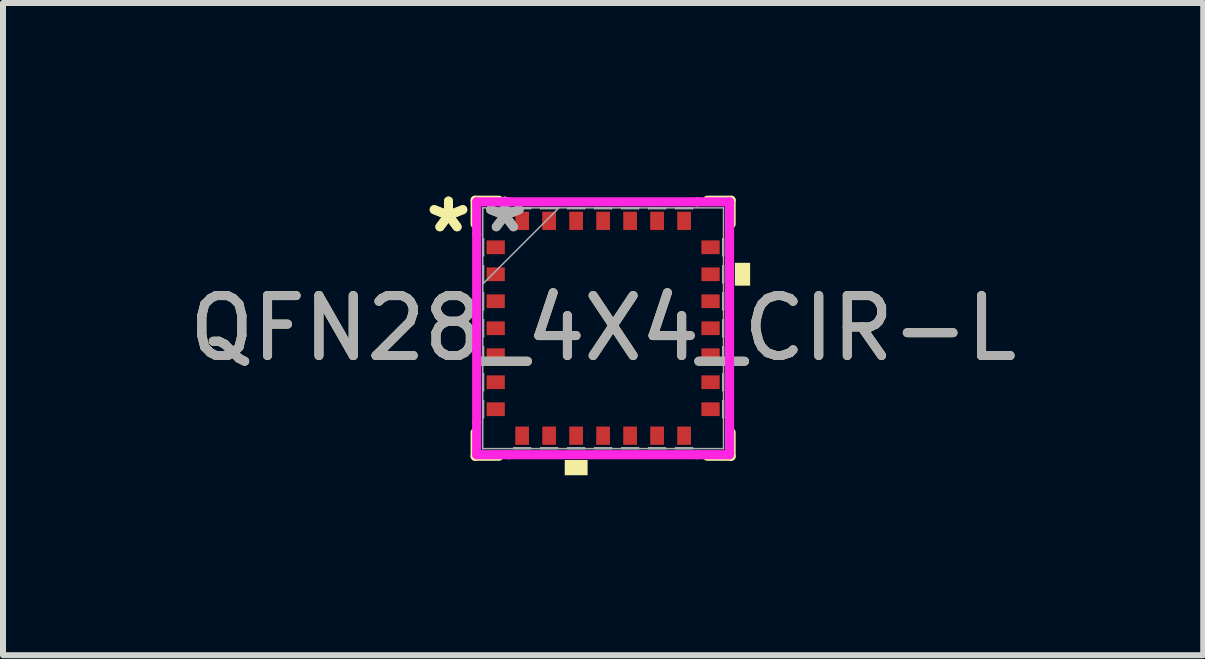
<source format=kicad_pcb>
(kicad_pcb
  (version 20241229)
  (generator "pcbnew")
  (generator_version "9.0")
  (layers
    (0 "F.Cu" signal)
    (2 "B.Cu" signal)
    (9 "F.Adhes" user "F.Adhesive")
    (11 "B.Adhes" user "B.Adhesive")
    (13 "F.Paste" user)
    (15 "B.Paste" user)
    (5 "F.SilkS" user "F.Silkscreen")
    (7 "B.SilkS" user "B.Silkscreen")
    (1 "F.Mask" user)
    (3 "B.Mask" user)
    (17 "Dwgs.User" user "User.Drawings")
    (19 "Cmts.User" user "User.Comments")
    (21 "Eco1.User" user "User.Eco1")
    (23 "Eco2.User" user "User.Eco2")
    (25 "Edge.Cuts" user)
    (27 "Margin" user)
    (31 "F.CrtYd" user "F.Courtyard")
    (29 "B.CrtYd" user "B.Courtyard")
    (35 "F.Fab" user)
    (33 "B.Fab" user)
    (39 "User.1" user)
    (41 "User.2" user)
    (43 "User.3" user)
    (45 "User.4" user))
  (footprint "QFN28_4X4_CIR-L"
    (layer "F.Cu")
    (at 7.006 2.423)
    (property "Reference" "QFN28_4X4_CIR-L" (at 0 0 0) (unlocked yes) (layer "F.SilkS") (effects (font (size 1 1) (thickness 0.15))))
    (attr smd)
    (fp_line (start -2.134 -2.134) (end -2.134 -1.737) (stroke (width 0.152) (type solid)) (layer "F.SilkS"))
    (fp_line (start -2.134 1.737) (end -2.134 2.134) (stroke (width 0.152) (type solid)) (layer "F.SilkS"))
    (fp_line (start -2.134 2.134) (end -1.737 2.134) (stroke (width 0.152) (type solid)) (layer "F.SilkS"))
    (fp_line (start -1.737 -2.134) (end -2.134 -2.134) (stroke (width 0.152) (type solid)) (layer "F.SilkS"))
    (fp_line (start 1.737 2.134) (end 2.134 2.134) (stroke (width 0.152) (type solid)) (layer "F.SilkS"))
    (fp_line (start 2.134 -2.134) (end 1.737 -2.134) (stroke (width 0.152) (type solid)) (layer "F.SilkS"))
    (fp_line (start 2.134 -1.737) (end 2.134 -2.134) (stroke (width 0.152) (type solid)) (layer "F.SilkS"))
    (fp_line (start 2.134 2.134) (end 2.134 1.737) (stroke (width 0.152) (type solid)) (layer "F.SilkS"))
    (fp_poly (pts (xy -0.64 2.197) (xy -0.64 2.451) (xy -0.259 2.451) (xy -0.259 2.197)) (stroke (width 0) (type solid)) (fill yes) (layer "F.SilkS"))
    (fp_poly (pts (xy 2.451 -1.091) (xy 2.451 -0.71) (xy 2.197 -0.71) (xy 2.197 -1.091)) (stroke (width 0) (type solid)) (fill yes) (layer "F.SilkS"))
    (fp_line (start -2.108 -2.108) (end -1.566 -2.108) (stroke (width 0.152) (type solid)) (layer "F.CrtYd"))
    (fp_line (start -2.108 -1.566) (end -2.108 -2.108) (stroke (width 0.152) (type solid)) (layer "F.CrtYd"))
    (fp_line (start -2.108 -1.566) (end -2.108 -1.566) (stroke (width 0.152) (type solid)) (layer "F.CrtYd"))
    (fp_line (start -2.108 1.566) (end -2.108 -1.566) (stroke (width 0.152) (type solid)) (layer "F.CrtYd"))
    (fp_line (start -2.108 1.566) (end -2.108 1.566) (stroke (width 0.152) (type solid)) (layer "F.CrtYd"))
    (fp_line (start -2.108 2.108) (end -2.108 1.566) (stroke (width 0.152) (type solid)) (layer "F.CrtYd"))
    (fp_line (start -1.566 -2.108) (end -1.566 -2.108) (stroke (width 0.152) (type solid)) (layer "F.CrtYd"))
    (fp_line (start -1.566 -2.108) (end 1.566 -2.108) (stroke (width 0.152) (type solid)) (layer "F.CrtYd"))
    (fp_line (start -1.566 2.108) (end -2.108 2.108) (stroke (width 0.152) (type solid)) (layer "F.CrtYd"))
    (fp_line (start -1.566 2.108) (end -1.566 2.108) (stroke (width 0.152) (type solid)) (layer "F.CrtYd"))
    (fp_line (start 1.566 -2.108) (end 1.566 -2.108) (stroke (width 0.152) (type solid)) (layer "F.CrtYd"))
    (fp_line (start 1.566 -2.108) (end 2.108 -2.108) (stroke (width 0.152) (type solid)) (layer "F.CrtYd"))
    (fp_line (start 1.566 2.108) (end -1.566 2.108) (stroke (width 0.152) (type solid)) (layer "F.CrtYd"))
    (fp_line (start 1.566 2.108) (end 1.566 2.108) (stroke (width 0.152) (type solid)) (layer "F.CrtYd"))
    (fp_line (start 2.108 -2.108) (end 2.108 -1.566) (stroke (width 0.152) (type solid)) (layer "F.CrtYd"))
    (fp_line (start 2.108 -1.566) (end 2.108 -1.566) (stroke (width 0.152) (type solid)) (layer "F.CrtYd"))
    (fp_line (start 2.108 -1.566) (end 2.108 1.566) (stroke (width 0.152) (type solid)) (layer "F.CrtYd"))
    (fp_line (start 2.108 1.566) (end 2.108 1.566) (stroke (width 0.152) (type solid)) (layer "F.CrtYd"))
    (fp_line (start 2.108 1.566) (end 2.108 2.108) (stroke (width 0.152) (type solid)) (layer "F.CrtYd"))
    (fp_line (start 2.108 2.108) (end 1.566 2.108) (stroke (width 0.152) (type solid)) (layer "F.CrtYd"))
    (fp_line (start -2.007 -2.007) (end -2.007 -2.007) (stroke (width 0.025) (type solid)) (layer "F.Fab"))
    (fp_line (start -2.007 -2.007) (end -2.007 2.007) (stroke (width 0.025) (type solid)) (layer "F.Fab"))
    (fp_line (start -2.007 -1.49) (end -1.994 -1.49) (stroke (width 0.025) (type solid)) (layer "F.Fab"))
    (fp_line (start -2.007 -1.21) (end -2.007 -1.49) (stroke (width 0.025) (type solid)) (layer "F.Fab"))
    (fp_line (start -2.007 -1.04) (end -1.994 -1.04) (stroke (width 0.025) (type solid)) (layer "F.Fab"))
    (fp_line (start -2.007 -0.76) (end -2.007 -1.04) (stroke (width 0.025) (type solid)) (layer "F.Fab"))
    (fp_line (start -2.007 -0.737) (end -0.737 -2.007) (stroke (width 0.025) (type solid)) (layer "F.Fab"))
    (fp_line (start -2.007 -0.59) (end -1.994 -0.59) (stroke (width 0.025) (type solid)) (layer "F.Fab"))
    (fp_line (start -2.007 -0.31) (end -2.007 -0.59) (stroke (width 0.025) (type solid)) (layer "F.Fab"))
    (fp_line (start -2.007 -0.14) (end -1.994 -0.14) (stroke (width 0.025) (type solid)) (layer "F.Fab"))
    (fp_line (start -2.007 0.14) (end -2.007 -0.14) (stroke (width 0.025) (type solid)) (layer "F.Fab"))
    (fp_line (start -2.007 0.31) (end -1.994 0.31) (stroke (width 0.025) (type solid)) (layer "F.Fab"))
    (fp_line (start -2.007 0.59) (end -2.007 0.31) (stroke (width 0.025) (type solid)) (layer "F.Fab"))
    (fp_line (start -2.007 0.76) (end -1.994 0.76) (stroke (width 0.025) (type solid)) (layer "F.Fab"))
    (fp_line (start -2.007 1.04) (end -2.007 0.76) (stroke (width 0.025) (type solid)) (layer "F.Fab"))
    (fp_line (start -2.007 1.21) (end -1.994 1.21) (stroke (width 0.025) (type solid)) (layer "F.Fab"))
    (fp_line (start -2.007 1.49) (end -2.007 1.21) (stroke (width 0.025) (type solid)) (layer "F.Fab"))
    (fp_line (start -2.007 2.007) (end -2.007 2.007) (stroke (width 0.025) (type solid)) (layer "F.Fab"))
    (fp_line (start -2.007 2.007) (end 2.007 2.007) (stroke (width 0.025) (type solid)) (layer "F.Fab"))
    (fp_line (start -1.994 -1.49) (end -1.994 -1.21) (stroke (width 0.025) (type solid)) (layer "F.Fab"))
    (fp_line (start -1.994 -1.21) (end -2.007 -1.21) (stroke (width 0.025) (type solid)) (layer "F.Fab"))
    (fp_line (start -1.994 -1.04) (end -1.994 -0.76) (stroke (width 0.025) (type solid)) (layer "F.Fab"))
    (fp_line (start -1.994 -0.76) (end -2.007 -0.76) (stroke (width 0.025) (type solid)) (layer "F.Fab"))
    (fp_line (start -1.994 -0.59) (end -1.994 -0.31) (stroke (width 0.025) (type solid)) (layer "F.Fab"))
    (fp_line (start -1.994 -0.31) (end -2.007 -0.31) (stroke (width 0.025) (type solid)) (layer "F.Fab"))
    (fp_line (start -1.994 -0.14) (end -1.994 0.14) (stroke (width 0.025) (type solid)) (layer "F.Fab"))
    (fp_line (start -1.994 0.14) (end -2.007 0.14) (stroke (width 0.025) (type solid)) (layer "F.Fab"))
    (fp_line (start -1.994 0.31) (end -1.994 0.59) (stroke (width 0.025) (type solid)) (layer "F.Fab"))
    (fp_line (start -1.994 0.59) (end -2.007 0.59) (stroke (width 0.025) (type solid)) (layer "F.Fab"))
    (fp_line (start -1.994 0.76) (end -1.994 1.04) (stroke (width 0.025) (type solid)) (layer "F.Fab"))
    (fp_line (start -1.994 1.04) (end -2.007 1.04) (stroke (width 0.025) (type solid)) (layer "F.Fab"))
    (fp_line (start -1.994 1.21) (end -1.994 1.49) (stroke (width 0.025) (type solid)) (layer "F.Fab"))
    (fp_line (start -1.994 1.49) (end -2.007 1.49) (stroke (width 0.025) (type solid)) (layer "F.Fab"))
    (fp_line (start -1.49 -2.007) (end -1.21 -2.007) (stroke (width 0.025) (type solid)) (layer "F.Fab"))
    (fp_line (start -1.49 -1.994) (end -1.49 -2.007) (stroke (width 0.025) (type solid)) (layer "F.Fab"))
    (fp_line (start -1.49 1.994) (end -1.21 1.994) (stroke (width 0.025) (type solid)) (layer "F.Fab"))
    (fp_line (start -1.49 2.007) (end -1.49 1.994) (stroke (width 0.025) (type solid)) (layer "F.Fab"))
    (fp_line (start -1.21 -2.007) (end -1.21 -1.994) (stroke (width 0.025) (type solid)) (layer "F.Fab"))
    (fp_line (start -1.21 -1.994) (end -1.49 -1.994) (stroke (width 0.025) (type solid)) (layer "F.Fab"))
    (fp_line (start -1.21 1.994) (end -1.21 2.007) (stroke (width 0.025) (type solid)) (layer "F.Fab"))
    (fp_line (start -1.21 2.007) (end -1.49 2.007) (stroke (width 0.025) (type solid)) (layer "F.Fab"))
    (fp_line (start -1.04 -2.007) (end -0.76 -2.007) (stroke (width 0.025) (type solid)) (layer "F.Fab"))
    (fp_line (start -1.04 -1.994) (end -1.04 -2.007) (stroke (width 0.025) (type solid)) (layer "F.Fab"))
    (fp_line (start -1.04 1.994) (end -0.76 1.994) (stroke (width 0.025) (type solid)) (layer "F.Fab"))
    (fp_line (start -1.04 2.007) (end -1.04 1.994) (stroke (width 0.025) (type solid)) (layer "F.Fab"))
    (fp_line (start -0.76 -2.007) (end -0.76 -1.994) (stroke (width 0.025) (type solid)) (layer "F.Fab"))
    (fp_line (start -0.76 -1.994) (end -1.04 -1.994) (stroke (width 0.025) (type solid)) (layer "F.Fab"))
    (fp_line (start -0.76 1.994) (end -0.76 2.007) (stroke (width 0.025) (type solid)) (layer "F.Fab"))
    (fp_line (start -0.76 2.007) (end -1.04 2.007) (stroke (width 0.025) (type solid)) (layer "F.Fab"))
    (fp_line (start -0.59 -2.007) (end -0.31 -2.007) (stroke (width 0.025) (type solid)) (layer "F.Fab"))
    (fp_line (start -0.59 -1.994) (end -0.59 -2.007) (stroke (width 0.025) (type solid)) (layer "F.Fab"))
    (fp_line (start -0.59 1.994) (end -0.31 1.994) (stroke (width 0.025) (type solid)) (layer "F.Fab"))
    (fp_line (start -0.59 2.007) (end -0.59 1.994) (stroke (width 0.025) (type solid)) (layer "F.Fab"))
    (fp_line (start -0.31 -2.007) (end -0.31 -1.994) (stroke (width 0.025) (type solid)) (layer "F.Fab"))
    (fp_line (start -0.31 -1.994) (end -0.59 -1.994) (stroke (width 0.025) (type solid)) (layer "F.Fab"))
    (fp_line (start -0.31 1.994) (end -0.31 2.007) (stroke (width 0.025) (type solid)) (layer "F.Fab"))
    (fp_line (start -0.31 2.007) (end -0.59 2.007) (stroke (width 0.025) (type solid)) (layer "F.Fab"))
    (fp_line (start -0.14 -2.007) (end 0.14 -2.007) (stroke (width 0.025) (type solid)) (layer "F.Fab"))
    (fp_line (start -0.14 -1.994) (end -0.14 -2.007) (stroke (width 0.025) (type solid)) (layer "F.Fab"))
    (fp_line (start -0.14 1.994) (end 0.14 1.994) (stroke (width 0.025) (type solid)) (layer "F.Fab"))
    (fp_line (start -0.14 2.007) (end -0.14 1.994) (stroke (width 0.025) (type solid)) (layer "F.Fab"))
    (fp_line (start 0.14 -2.007) (end 0.14 -1.994) (stroke (width 0.025) (type solid)) (layer "F.Fab"))
    (fp_line (start 0.14 -1.994) (end -0.14 -1.994) (stroke (width 0.025) (type solid)) (layer "F.Fab"))
    (fp_line (start 0.14 1.994) (end 0.14 2.007) (stroke (width 0.025) (type solid)) (layer "F.Fab"))
    (fp_line (start 0.14 2.007) (end -0.14 2.007) (stroke (width 0.025) (type solid)) (layer "F.Fab"))
    (fp_line (start 0.31 -2.007) (end 0.59 -2.007) (stroke (width 0.025) (type solid)) (layer "F.Fab"))
    (fp_line (start 0.31 -1.994) (end 0.31 -2.007) (stroke (width 0.025) (type solid)) (layer "F.Fab"))
    (fp_line (start 0.31 1.994) (end 0.59 1.994) (stroke (width 0.025) (type solid)) (layer "F.Fab"))
    (fp_line (start 0.31 2.007) (end 0.31 1.994) (stroke (width 0.025) (type solid)) (layer "F.Fab"))
    (fp_line (start 0.59 -2.007) (end 0.59 -1.994) (stroke (width 0.025) (type solid)) (layer "F.Fab"))
    (fp_line (start 0.59 -1.994) (end 0.31 -1.994) (stroke (width 0.025) (type solid)) (layer "F.Fab"))
    (fp_line (start 0.59 1.994) (end 0.59 2.007) (stroke (width 0.025) (type solid)) (layer "F.Fab"))
    (fp_line (start 0.59 2.007) (end 0.31 2.007) (stroke (width 0.025) (type solid)) (layer "F.Fab"))
    (fp_line (start 0.76 -2.007) (end 1.04 -2.007) (stroke (width 0.025) (type solid)) (layer "F.Fab"))
    (fp_line (start 0.76 -1.994) (end 0.76 -2.007) (stroke (width 0.025) (type solid)) (layer "F.Fab"))
    (fp_line (start 0.76 1.994) (end 1.04 1.994) (stroke (width 0.025) (type solid)) (layer "F.Fab"))
    (fp_line (start 0.76 2.007) (end 0.76 1.994) (stroke (width 0.025) (type solid)) (layer "F.Fab"))
    (fp_line (start 1.04 -2.007) (end 1.04 -1.994) (stroke (width 0.025) (type solid)) (layer "F.Fab"))
    (fp_line (start 1.04 -1.994) (end 0.76 -1.994) (stroke (width 0.025) (type solid)) (layer "F.Fab"))
    (fp_line (start 1.04 1.994) (end 1.04 2.007) (stroke (width 0.025) (type solid)) (layer "F.Fab"))
    (fp_line (start 1.04 2.007) (end 0.76 2.007) (stroke (width 0.025) (type solid)) (layer "F.Fab"))
    (fp_line (start 1.21 -2.007) (end 1.49 -2.007) (stroke (width 0.025) (type solid)) (layer "F.Fab"))
    (fp_line (start 1.21 -1.994) (end 1.21 -2.007) (stroke (width 0.025) (type solid)) (layer "F.Fab"))
    (fp_line (start 1.21 1.994) (end 1.49 1.994) (stroke (width 0.025) (type solid)) (layer "F.Fab"))
    (fp_line (start 1.21 2.007) (end 1.21 1.994) (stroke (width 0.025) (type solid)) (layer "F.Fab"))
    (fp_line (start 1.49 -2.007) (end 1.49 -1.994) (stroke (width 0.025) (type solid)) (layer "F.Fab"))
    (fp_line (start 1.49 -1.994) (end 1.21 -1.994) (stroke (width 0.025) (type solid)) (layer "F.Fab"))
    (fp_line (start 1.49 1.994) (end 1.49 2.007) (stroke (width 0.025) (type solid)) (layer "F.Fab"))
    (fp_line (start 1.49 2.007) (end 1.21 2.007) (stroke (width 0.025) (type solid)) (layer "F.Fab"))
    (fp_line (start 1.994 -1.49) (end 2.007 -1.49) (stroke (width 0.025) (type solid)) (layer "F.Fab"))
    (fp_line (start 1.994 -1.21) (end 1.994 -1.49) (stroke (width 0.025) (type solid)) (layer "F.Fab"))
    (fp_line (start 1.994 -1.04) (end 2.007 -1.04) (stroke (width 0.025) (type solid)) (layer "F.Fab"))
    (fp_line (start 1.994 -0.76) (end 1.994 -1.04) (stroke (width 0.025) (type solid)) (layer "F.Fab"))
    (fp_line (start 1.994 -0.59) (end 2.007 -0.59) (stroke (width 0.025) (type solid)) (layer "F.Fab"))
    (fp_line (start 1.994 -0.31) (end 1.994 -0.59) (stroke (width 0.025) (type solid)) (layer "F.Fab"))
    (fp_line (start 1.994 -0.14) (end 2.007 -0.14) (stroke (width 0.025) (type solid)) (layer "F.Fab"))
    (fp_line (start 1.994 0.14) (end 1.994 -0.14) (stroke (width 0.025) (type solid)) (layer "F.Fab"))
    (fp_line (start 1.994 0.31) (end 2.007 0.31) (stroke (width 0.025) (type solid)) (layer "F.Fab"))
    (fp_line (start 1.994 0.59) (end 1.994 0.31) (stroke (width 0.025) (type solid)) (layer "F.Fab"))
    (fp_line (start 1.994 0.76) (end 2.007 0.76) (stroke (width 0.025) (type solid)) (layer "F.Fab"))
    (fp_line (start 1.994 1.04) (end 1.994 0.76) (stroke (width 0.025) (type solid)) (layer "F.Fab"))
    (fp_line (start 1.994 1.21) (end 2.007 1.21) (stroke (width 0.025) (type solid)) (layer "F.Fab"))
    (fp_line (start 1.994 1.49) (end 1.994 1.21) (stroke (width 0.025) (type solid)) (layer "F.Fab"))
    (fp_line (start 2.007 -2.007) (end -2.007 -2.007) (stroke (width 0.025) (type solid)) (layer "F.Fab"))
    (fp_line (start 2.007 -2.007) (end 2.007 -2.007) (stroke (width 0.025) (type solid)) (layer "F.Fab"))
    (fp_line (start 2.007 -1.49) (end 2.007 -1.21) (stroke (width 0.025) (type solid)) (layer "F.Fab"))
    (fp_line (start 2.007 -1.21) (end 1.994 -1.21) (stroke (width 0.025) (type solid)) (layer "F.Fab"))
    (fp_line (start 2.007 -1.04) (end 2.007 -0.76) (stroke (width 0.025) (type solid)) (layer "F.Fab"))
    (fp_line (start 2.007 -0.76) (end 1.994 -0.76) (stroke (width 0.025) (type solid)) (layer "F.Fab"))
    (fp_line (start 2.007 -0.59) (end 2.007 -0.31) (stroke (width 0.025) (type solid)) (layer "F.Fab"))
    (fp_line (start 2.007 -0.31) (end 1.994 -0.31) (stroke (width 0.025) (type solid)) (layer "F.Fab"))
    (fp_line (start 2.007 -0.14) (end 2.007 0.14) (stroke (width 0.025) (type solid)) (layer "F.Fab"))
    (fp_line (start 2.007 0.14) (end 1.994 0.14) (stroke (width 0.025) (type solid)) (layer "F.Fab"))
    (fp_line (start 2.007 0.31) (end 2.007 0.59) (stroke (width 0.025) (type solid)) (layer "F.Fab"))
    (fp_line (start 2.007 0.59) (end 1.994 0.59) (stroke (width 0.025) (type solid)) (layer "F.Fab"))
    (fp_line (start 2.007 0.76) (end 2.007 1.04) (stroke (width 0.025) (type solid)) (layer "F.Fab"))
    (fp_line (start 2.007 1.04) (end 1.994 1.04) (stroke (width 0.025) (type solid)) (layer "F.Fab"))
    (fp_line (start 2.007 1.21) (end 2.007 1.49) (stroke (width 0.025) (type solid)) (layer "F.Fab"))
    (fp_line (start 2.007 1.49) (end 1.994 1.49) (stroke (width 0.025) (type solid)) (layer "F.Fab"))
    (fp_line (start 2.007 2.007) (end 2.007 -2.007) (stroke (width 0.025) (type solid)) (layer "F.Fab"))
    (fp_line (start 2.007 2.007) (end 2.007 2.007) (stroke (width 0.025) (type solid)) (layer "F.Fab"))
    (fp_text user "*" (at -2.578 -1.575 0) (unlocked yes) (layer "F.SilkS") (effects (font (size 1 1) (thickness 0.15))))
    (fp_text user "*" (at -2.578 -1.575 0) (layer "F.SilkS") (effects (font (size 1 1) (thickness 0.15))))
    (fp_text user "*" (at -1.638 -1.575 0) (unlocked yes) (layer "F.Fab") (effects (font (size 1 1) (thickness 0.15))))
    (fp_text user "*" (at -1.638 -1.575 0) (layer "F.Fab") (effects (font (size 1 1) (thickness 0.15))))
    (fp_text user "${REFERENCE}" (at 0 0 0) (unlocked yes) (layer "F.Fab") (effects (font (size 1 1) (thickness 0.15))))
    (pad "1" smd rect (at -1.791 -1.35 90) (size 0.229 0.305) (layers "F.Cu" "F.Mask" "F.Paste"))
    (pad "2" smd rect (at -1.791 -0.9 90) (size 0.229 0.305) (layers "F.Cu" "F.Mask" "F.Paste"))
    (pad "3" smd rect (at -1.791 -0.45 90) (size 0.229 0.305) (layers "F.Cu" "F.Mask" "F.Paste"))
    (pad "4" smd rect (at -1.791 0 90) (size 0.229 0.305) (layers "F.Cu" "F.Mask" "F.Paste"))
    (pad "5" smd rect (at -1.791 0.45 90) (size 0.229 0.305) (layers "F.Cu" "F.Mask" "F.Paste"))
    (pad "6" smd rect (at -1.791 0.9 90) (size 0.229 0.305) (layers "F.Cu" "F.Mask" "F.Paste"))
    (pad "7" smd rect (at -1.791 1.35 90) (size 0.229 0.305) (layers "F.Cu" "F.Mask" "F.Paste"))
    (pad "8" smd rect (at -1.35 1.791) (size 0.229 0.305) (layers "F.Cu" "F.Mask" "F.Paste"))
    (pad "9" smd rect (at -0.9 1.791) (size 0.229 0.305) (layers "F.Cu" "F.Mask" "F.Paste"))
    (pad "10" smd rect (at -0.45 1.791) (size 0.229 0.305) (layers "F.Cu" "F.Mask" "F.Paste"))
    (pad "11" smd rect (at 0 1.791) (size 0.229 0.305) (layers "F.Cu" "F.Mask" "F.Paste"))
    (pad "12" smd rect (at 0.45 1.791) (size 0.229 0.305) (layers "F.Cu" "F.Mask" "F.Paste"))
    (pad "13" smd rect (at 0.9 1.791) (size 0.229 0.305) (layers "F.Cu" "F.Mask" "F.Paste"))
    (pad "14" smd rect (at 1.35 1.791) (size 0.229 0.305) (layers "F.Cu" "F.Mask" "F.Paste"))
    (pad "15" smd rect (at 1.791 1.35 90) (size 0.229 0.305) (layers "F.Cu" "F.Mask" "F.Paste"))
    (pad "16" smd rect (at 1.791 0.9 90) (size 0.229 0.305) (layers "F.Cu" "F.Mask" "F.Paste"))
    (pad "17" smd rect (at 1.791 0.45 90) (size 0.229 0.305) (layers "F.Cu" "F.Mask" "F.Paste"))
    (pad "18" smd rect (at 1.791 0 90) (size 0.229 0.305) (layers "F.Cu" "F.Mask" "F.Paste"))
    (pad "19" smd rect (at 1.791 -0.45 90) (size 0.229 0.305) (layers "F.Cu" "F.Mask" "F.Paste"))
    (pad "20" smd rect (at 1.791 -0.9 90) (size 0.229 0.305) (layers "F.Cu" "F.Mask" "F.Paste"))
    (pad "21" smd rect (at 1.791 -1.35 90) (size 0.229 0.305) (layers "F.Cu" "F.Mask" "F.Paste"))
    (pad "22" smd rect (at 1.35 -1.791) (size 0.229 0.305) (layers "F.Cu" "F.Mask" "F.Paste"))
    (pad "23" smd rect (at 0.9 -1.791) (size 0.229 0.305) (layers "F.Cu" "F.Mask" "F.Paste"))
    (pad "24" smd rect (at 0.45 -1.791) (size 0.229 0.305) (layers "F.Cu" "F.Mask" "F.Paste"))
    (pad "25" smd rect (at 0 -1.791) (size 0.229 0.305) (layers "F.Cu" "F.Mask" "F.Paste"))
    (pad "26" smd rect (at -0.45 -1.791) (size 0.229 0.305) (layers "F.Cu" "F.Mask" "F.Paste"))
    (pad "27" smd rect (at -0.9 -1.791) (size 0.229 0.305) (layers "F.Cu" "F.Mask" "F.Paste"))
    (pad "28" smd rect (at -1.35 -1.791) (size 0.229 0.305) (layers "F.Cu" "F.Mask" "F.Paste")))
  (gr_rect
    (start -3 -3)
    (end 17.012 7.874)
    (stroke (width 0.1) (type default))
    (fill no)
    (layer "Edge.Cuts")))
</source>
